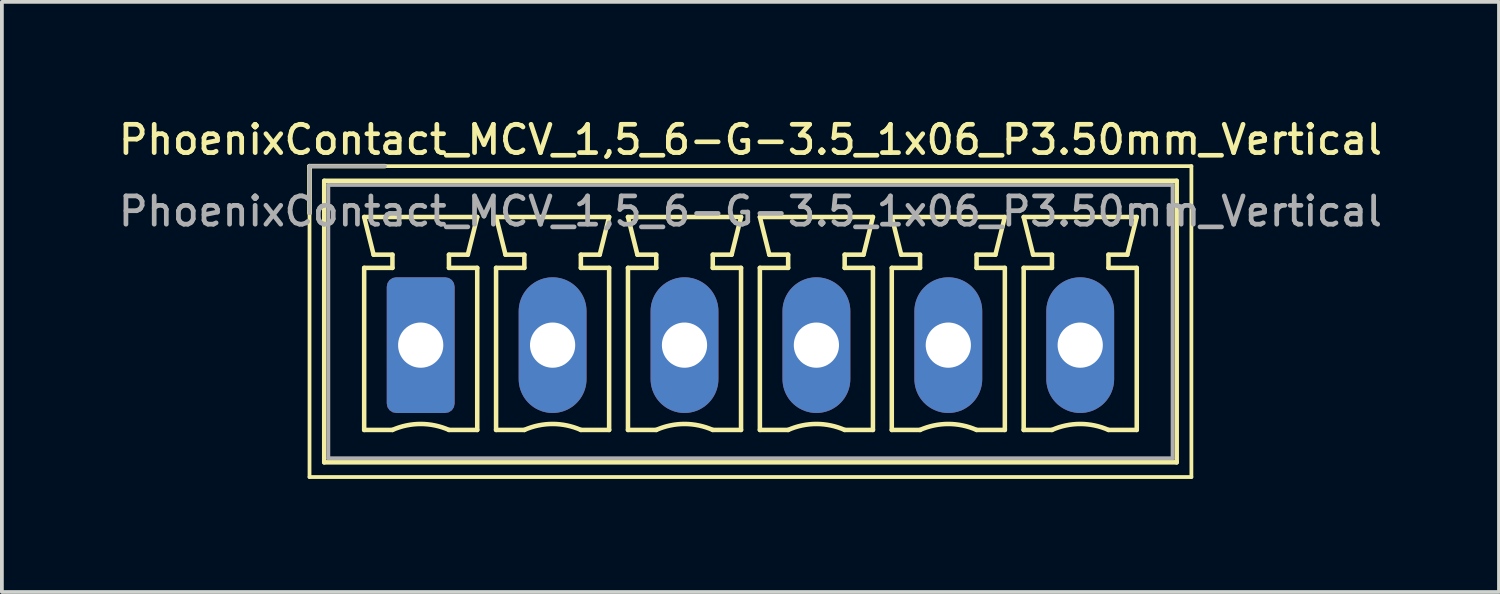
<source format=kicad_pcb>
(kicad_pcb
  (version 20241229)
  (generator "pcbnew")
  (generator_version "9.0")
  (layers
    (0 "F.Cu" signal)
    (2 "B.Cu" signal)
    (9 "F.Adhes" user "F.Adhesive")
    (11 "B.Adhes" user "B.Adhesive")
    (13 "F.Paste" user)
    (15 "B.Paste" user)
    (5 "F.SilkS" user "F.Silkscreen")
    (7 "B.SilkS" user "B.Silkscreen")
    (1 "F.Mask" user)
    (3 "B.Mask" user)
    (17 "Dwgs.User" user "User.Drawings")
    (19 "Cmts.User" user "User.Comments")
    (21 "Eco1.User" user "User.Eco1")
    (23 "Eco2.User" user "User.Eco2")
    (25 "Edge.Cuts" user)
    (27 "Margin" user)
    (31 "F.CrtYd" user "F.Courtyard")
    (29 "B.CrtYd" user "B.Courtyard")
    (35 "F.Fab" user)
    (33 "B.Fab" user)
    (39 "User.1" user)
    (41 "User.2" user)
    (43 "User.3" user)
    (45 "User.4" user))
  (footprint "PhoenixContact_MCV_1,5_6-G-3.5_1x06_P3.50mm_Vertical"
    (layer "F.Cu")
    (at 8.113 6.108)
    (property "Reference" "PhoenixContact_MCV_1,5_6-G-3.5_1x06_P3.50mm_Vertical" (at 8.75 -5.45 0) (layer "F.SilkS") (effects (font (size 0.75 0.75) (thickness 0.125))))
    (attr through_hole)
    (fp_line (start -2.95 -4.75) (end -2.95 3.5) (stroke (width 0.1) (type solid)) (layer "F.SilkS"))
    (fp_line (start -2.95 -4.75) (end -0.95 -4.75) (stroke (width 0.12) (type solid)) (layer "F.SilkS"))
    (fp_line (start -2.95 -3.5) (end -2.95 -4.75) (stroke (width 0.12) (type solid)) (layer "F.SilkS"))
    (fp_line (start -2.95 3.5) (end 20.45 3.5) (stroke (width 0.1) (type solid)) (layer "F.SilkS"))
    (fp_line (start -2.56 -4.36) (end -2.56 3.11) (stroke (width 0.12) (type solid)) (layer "F.SilkS"))
    (fp_line (start -2.56 3.11) (end 20.06 3.11) (stroke (width 0.12) (type solid)) (layer "F.SilkS"))
    (fp_line (start -1.5 -3.4) (end 1.5 -3.4) (stroke (width 0.12) (type solid)) (layer "F.SilkS"))
    (fp_line (start -1.5 -2.05) (end -0.75 -2.05) (stroke (width 0.12) (type solid)) (layer "F.SilkS"))
    (fp_line (start -1.5 2.25) (end -1.5 -2.05) (stroke (width 0.12) (type solid)) (layer "F.SilkS"))
    (fp_line (start -1.25 -2.4) (end -1.5 -3.4) (stroke (width 0.12) (type solid)) (layer "F.SilkS"))
    (fp_line (start -0.75 -2.4) (end -1.25 -2.4) (stroke (width 0.12) (type solid)) (layer "F.SilkS"))
    (fp_line (start -0.75 -2.05) (end -0.75 -2.4) (stroke (width 0.12) (type solid)) (layer "F.SilkS"))
    (fp_line (start -0.75 2.25) (end -1.5 2.25) (stroke (width 0.12) (type solid)) (layer "F.SilkS"))
    (fp_line (start 0.75 -2.4) (end 0.75 -2.05) (stroke (width 0.12) (type solid)) (layer "F.SilkS"))
    (fp_line (start 0.75 -2.05) (end 1.5 -2.05) (stroke (width 0.12) (type solid)) (layer "F.SilkS"))
    (fp_line (start 1.25 -2.4) (end 0.75 -2.4) (stroke (width 0.12) (type solid)) (layer "F.SilkS"))
    (fp_line (start 1.5 -3.4) (end 1.25 -2.4) (stroke (width 0.12) (type solid)) (layer "F.SilkS"))
    (fp_line (start 1.5 -2.05) (end 1.5 2.25) (stroke (width 0.12) (type solid)) (layer "F.SilkS"))
    (fp_line (start 1.5 2.25) (end 0.75 2.25) (stroke (width 0.12) (type solid)) (layer "F.SilkS"))
    (fp_line (start 2 -3.4) (end 5 -3.4) (stroke (width 0.12) (type solid)) (layer "F.SilkS"))
    (fp_line (start 2 -2.05) (end 2.75 -2.05) (stroke (width 0.12) (type solid)) (layer "F.SilkS"))
    (fp_line (start 2 2.25) (end 2 -2.05) (stroke (width 0.12) (type solid)) (layer "F.SilkS"))
    (fp_line (start 2.25 -2.4) (end 2 -3.4) (stroke (width 0.12) (type solid)) (layer "F.SilkS"))
    (fp_line (start 2.75 -2.4) (end 2.25 -2.4) (stroke (width 0.12) (type solid)) (layer "F.SilkS"))
    (fp_line (start 2.75 -2.05) (end 2.75 -2.4) (stroke (width 0.12) (type solid)) (layer "F.SilkS"))
    (fp_line (start 2.75 2.25) (end 2 2.25) (stroke (width 0.12) (type solid)) (layer "F.SilkS"))
    (fp_line (start 4.25 -2.4) (end 4.25 -2.05) (stroke (width 0.12) (type solid)) (layer "F.SilkS"))
    (fp_line (start 4.25 -2.05) (end 5 -2.05) (stroke (width 0.12) (type solid)) (layer "F.SilkS"))
    (fp_line (start 4.75 -2.4) (end 4.25 -2.4) (stroke (width 0.12) (type solid)) (layer "F.SilkS"))
    (fp_line (start 5 -3.4) (end 4.75 -2.4) (stroke (width 0.12) (type solid)) (layer "F.SilkS"))
    (fp_line (start 5 -2.05) (end 5 2.25) (stroke (width 0.12) (type solid)) (layer "F.SilkS"))
    (fp_line (start 5 2.25) (end 4.25 2.25) (stroke (width 0.12) (type solid)) (layer "F.SilkS"))
    (fp_line (start 5.5 -3.4) (end 8.5 -3.4) (stroke (width 0.12) (type solid)) (layer "F.SilkS"))
    (fp_line (start 5.5 -2.05) (end 6.25 -2.05) (stroke (width 0.12) (type solid)) (layer "F.SilkS"))
    (fp_line (start 5.5 2.25) (end 5.5 -2.05) (stroke (width 0.12) (type solid)) (layer "F.SilkS"))
    (fp_line (start 5.75 -2.4) (end 5.5 -3.4) (stroke (width 0.12) (type solid)) (layer "F.SilkS"))
    (fp_line (start 6.25 -2.4) (end 5.75 -2.4) (stroke (width 0.12) (type solid)) (layer "F.SilkS"))
    (fp_line (start 6.25 -2.05) (end 6.25 -2.4) (stroke (width 0.12) (type solid)) (layer "F.SilkS"))
    (fp_line (start 6.25 2.25) (end 5.5 2.25) (stroke (width 0.12) (type solid)) (layer "F.SilkS"))
    (fp_line (start 7.75 -2.4) (end 7.75 -2.05) (stroke (width 0.12) (type solid)) (layer "F.SilkS"))
    (fp_line (start 7.75 -2.05) (end 8.5 -2.05) (stroke (width 0.12) (type solid)) (layer "F.SilkS"))
    (fp_line (start 8.25 -2.4) (end 7.75 -2.4) (stroke (width 0.12) (type solid)) (layer "F.SilkS"))
    (fp_line (start 8.5 -3.4) (end 8.25 -2.4) (stroke (width 0.12) (type solid)) (layer "F.SilkS"))
    (fp_line (start 8.5 -2.05) (end 8.5 2.25) (stroke (width 0.12) (type solid)) (layer "F.SilkS"))
    (fp_line (start 8.5 2.25) (end 7.75 2.25) (stroke (width 0.12) (type solid)) (layer "F.SilkS"))
    (fp_line (start 9 -3.4) (end 12 -3.4) (stroke (width 0.12) (type solid)) (layer "F.SilkS"))
    (fp_line (start 9 -2.05) (end 9.75 -2.05) (stroke (width 0.12) (type solid)) (layer "F.SilkS"))
    (fp_line (start 9 2.25) (end 9 -2.05) (stroke (width 0.12) (type solid)) (layer "F.SilkS"))
    (fp_line (start 9.25 -2.4) (end 9 -3.4) (stroke (width 0.12) (type solid)) (layer "F.SilkS"))
    (fp_line (start 9.75 -2.4) (end 9.25 -2.4) (stroke (width 0.12) (type solid)) (layer "F.SilkS"))
    (fp_line (start 9.75 -2.05) (end 9.75 -2.4) (stroke (width 0.12) (type solid)) (layer "F.SilkS"))
    (fp_line (start 9.75 2.25) (end 9 2.25) (stroke (width 0.12) (type solid)) (layer "F.SilkS"))
    (fp_line (start 11.25 -2.4) (end 11.25 -2.05) (stroke (width 0.12) (type solid)) (layer "F.SilkS"))
    (fp_line (start 11.25 -2.05) (end 12 -2.05) (stroke (width 0.12) (type solid)) (layer "F.SilkS"))
    (fp_line (start 11.75 -2.4) (end 11.25 -2.4) (stroke (width 0.12) (type solid)) (layer "F.SilkS"))
    (fp_line (start 12 -3.4) (end 11.75 -2.4) (stroke (width 0.12) (type solid)) (layer "F.SilkS"))
    (fp_line (start 12 -2.05) (end 12 2.25) (stroke (width 0.12) (type solid)) (layer "F.SilkS"))
    (fp_line (start 12 2.25) (end 11.25 2.25) (stroke (width 0.12) (type solid)) (layer "F.SilkS"))
    (fp_line (start 12.5 -3.4) (end 15.5 -3.4) (stroke (width 0.12) (type solid)) (layer "F.SilkS"))
    (fp_line (start 12.5 -2.05) (end 13.25 -2.05) (stroke (width 0.12) (type solid)) (layer "F.SilkS"))
    (fp_line (start 12.5 2.25) (end 12.5 -2.05) (stroke (width 0.12) (type solid)) (layer "F.SilkS"))
    (fp_line (start 12.75 -2.4) (end 12.5 -3.4) (stroke (width 0.12) (type solid)) (layer "F.SilkS"))
    (fp_line (start 13.25 -2.4) (end 12.75 -2.4) (stroke (width 0.12) (type solid)) (layer "F.SilkS"))
    (fp_line (start 13.25 -2.05) (end 13.25 -2.4) (stroke (width 0.12) (type solid)) (layer "F.SilkS"))
    (fp_line (start 13.25 2.25) (end 12.5 2.25) (stroke (width 0.12) (type solid)) (layer "F.SilkS"))
    (fp_line (start 14.75 -2.4) (end 14.75 -2.05) (stroke (width 0.12) (type solid)) (layer "F.SilkS"))
    (fp_line (start 14.75 -2.05) (end 15.5 -2.05) (stroke (width 0.12) (type solid)) (layer "F.SilkS"))
    (fp_line (start 15.25 -2.4) (end 14.75 -2.4) (stroke (width 0.12) (type solid)) (layer "F.SilkS"))
    (fp_line (start 15.5 -3.4) (end 15.25 -2.4) (stroke (width 0.12) (type solid)) (layer "F.SilkS"))
    (fp_line (start 15.5 -2.05) (end 15.5 2.25) (stroke (width 0.12) (type solid)) (layer "F.SilkS"))
    (fp_line (start 15.5 2.25) (end 14.75 2.25) (stroke (width 0.12) (type solid)) (layer "F.SilkS"))
    (fp_line (start 16 -3.4) (end 19 -3.4) (stroke (width 0.12) (type solid)) (layer "F.SilkS"))
    (fp_line (start 16 -2.05) (end 16.75 -2.05) (stroke (width 0.12) (type solid)) (layer "F.SilkS"))
    (fp_line (start 16 2.25) (end 16 -2.05) (stroke (width 0.12) (type solid)) (layer "F.SilkS"))
    (fp_line (start 16.25 -2.4) (end 16 -3.4) (stroke (width 0.12) (type solid)) (layer "F.SilkS"))
    (fp_line (start 16.75 -2.4) (end 16.25 -2.4) (stroke (width 0.12) (type solid)) (layer "F.SilkS"))
    (fp_line (start 16.75 -2.05) (end 16.75 -2.4) (stroke (width 0.12) (type solid)) (layer "F.SilkS"))
    (fp_line (start 16.75 2.25) (end 16 2.25) (stroke (width 0.12) (type solid)) (layer "F.SilkS"))
    (fp_line (start 18.25 -2.4) (end 18.25 -2.05) (stroke (width 0.12) (type solid)) (layer "F.SilkS"))
    (fp_line (start 18.25 -2.05) (end 19 -2.05) (stroke (width 0.12) (type solid)) (layer "F.SilkS"))
    (fp_line (start 18.75 -2.4) (end 18.25 -2.4) (stroke (width 0.12) (type solid)) (layer "F.SilkS"))
    (fp_line (start 19 -3.4) (end 18.75 -2.4) (stroke (width 0.12) (type solid)) (layer "F.SilkS"))
    (fp_line (start 19 -2.05) (end 19 2.25) (stroke (width 0.12) (type solid)) (layer "F.SilkS"))
    (fp_line (start 19 2.25) (end 18.25 2.25) (stroke (width 0.12) (type solid)) (layer "F.SilkS"))
    (fp_line (start 20.06 -4.36) (end -2.56 -4.36) (stroke (width 0.12) (type solid)) (layer "F.SilkS"))
    (fp_line (start 20.06 3.11) (end 20.06 -4.36) (stroke (width 0.12) (type solid)) (layer "F.SilkS"))
    (fp_line (start 20.45 -4.75) (end -2.95 -4.75) (stroke (width 0.1) (type solid)) (layer "F.SilkS"))
    (fp_line (start 20.45 3.5) (end 20.45 -4.75) (stroke (width 0.1) (type solid)) (layer "F.SilkS"))
    (fp_arc (start -0.75 2.25) (mid -0.000193 2.09191) (end 0.749647 2.249844) (stroke (width 0.12) (type solid)) (layer "F.SilkS"))
    (fp_arc (start 2.75 2.25) (mid 3.499807 2.09191) (end 4.249647 2.249844) (stroke (width 0.12) (type solid)) (layer "F.SilkS"))
    (fp_arc (start 6.25 2.25) (mid 6.999807 2.09191) (end 7.749647 2.249844) (stroke (width 0.12) (type solid)) (layer "F.SilkS"))
    (fp_arc (start 9.75 2.25) (mid 10.499807 2.09191) (end 11.249647 2.249844) (stroke (width 0.12) (type solid)) (layer "F.SilkS"))
    (fp_arc (start 13.25 2.25) (mid 13.999807 2.09191) (end 14.749647 2.249844) (stroke (width 0.12) (type solid)) (layer "F.SilkS"))
    (fp_arc (start 16.75 2.25) (mid 17.499807 2.09191) (end 18.249647 2.249844) (stroke (width 0.12) (type solid)) (layer "F.SilkS"))
    (fp_line (start -2.95 -4.75) (end -0.95 -4.75) (stroke (width 0.1) (type solid)) (layer "F.Fab"))
    (fp_line (start -2.95 -3.5) (end -2.95 -4.75) (stroke (width 0.1) (type solid)) (layer "F.Fab"))
    (fp_line (start -2.45 -4.25) (end -2.45 3) (stroke (width 0.1) (type solid)) (layer "F.Fab"))
    (fp_line (start -2.45 3) (end 19.95 3) (stroke (width 0.1) (type solid)) (layer "F.Fab"))
    (fp_line (start 19.95 -4.25) (end -2.45 -4.25) (stroke (width 0.1) (type solid)) (layer "F.Fab"))
    (fp_line (start 19.95 3) (end 19.95 -4.25) (stroke (width 0.1) (type solid)) (layer "F.Fab"))
    (fp_text user "${REFERENCE}" (at 8.75 -3.55 0) (layer "F.Fab") (effects (font (size 0.75 0.75) (thickness 0.125))))
    (pad "1" thru_hole roundrect (at 0 0) (size 1.8 3.6) (drill 1.2) (layers "*.Cu" "*.Mask") (roundrect_rratio 0.139))
    (pad "2" thru_hole oval (at 3.5 0) (size 1.8 3.6) (drill 1.2) (layers "*.Cu" "*.Mask"))
    (pad "3" thru_hole oval (at 7 0) (size 1.8 3.6) (drill 1.2) (layers "*.Cu" "*.Mask"))
    (pad "4" thru_hole oval (at 10.5 0) (size 1.8 3.6) (drill 1.2) (layers "*.Cu" "*.Mask"))
    (pad "5" thru_hole oval (at 14 0) (size 1.8 3.6) (drill 1.2) (layers "*.Cu" "*.Mask"))
    (pad "6" thru_hole oval (at 17.5 0) (size 1.8 3.6) (drill 1.2) (layers "*.Cu" "*.Mask")))
  (gr_rect
    (start -3 -3)
    (end 36.725 12.658)
    (stroke (width 0.1) (type default))
    (fill no)
    (layer "Edge.Cuts")))
</source>
